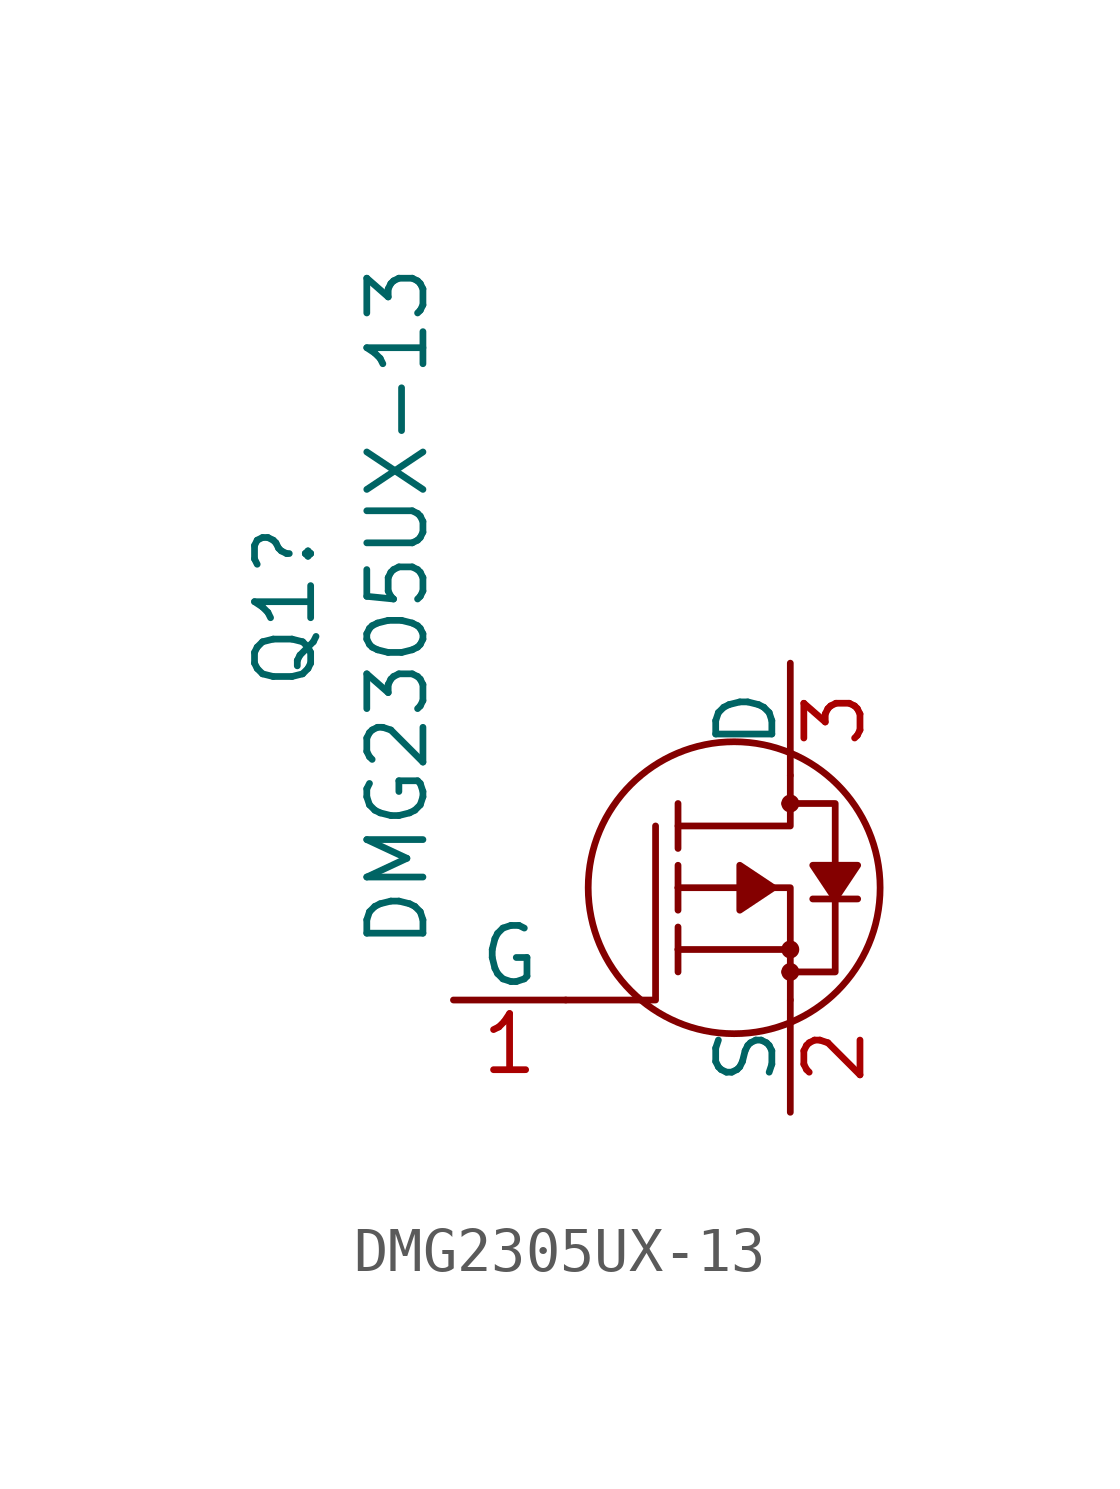
<source format=kicad_sym>
(kicad_symbol_lib
  (version 20241209)
  (generator "kicad_symbol_editor")
  (generator_version "9.0")
  (symbol "DMG2305UX-13"
    (pin_names
      (offset 0))
    (property "Reference" "Q1"
      (at -11.43 6.35 90)
      (effects (font (size 1.27 1.27))))
    (property "Value" "DMG2305UX-13"
      (at -8.89 6.35 90)
      (effects (font (size 1.27 1.27))))
    (symbol "DMG2305UX-13_0_1"
      (polyline (pts (xy -5.08 -2.54) (xy -3.048 -2.54) (xy -3.048 1.397)) (stroke (width 0) (type default)) (fill (type none)))
      (circle (center -1.27 0) (radius 3.302) (stroke (width 0) (type default)) (fill (type none)))
      (polyline (pts (xy -0.127 -1.905) (xy 1.016 -1.905) (xy 1.016 1.397) (xy 1.016 1.905) (xy -0.127 1.905)) (stroke (width 0) (type default)) (fill (type none)))
      (polyline (pts (xy 0 2.54) (xy 0 1.397) (xy -2.54 1.397)) (stroke (width 0) (type default)) (fill (type none)))
      (circle (center 0 1.905) (radius 0.127) (stroke (width 0) (type default)) (fill (type none)))
      (polyline (pts (xy 0 -1.397) (xy -2.54 -1.397)) (stroke (width 0) (type default)) (fill (type none)))
      (circle (center 0 -1.397) (radius 0.127) (stroke (width 0) (type default)) (fill (type none)))
      (circle (center 0 -1.905) (radius 0.127) (stroke (width 0) (type default)) (fill (type none)))
      (polyline (pts (xy 0 -2.54) (xy 0 0) (xy -2.54 0)) (stroke (width 0) (type default)) (fill (type none))))
    (symbol "DMG2305UX-13_1_1"
      (polyline (pts (xy -2.54 1.905) (xy -2.54 0.889)) (stroke (width 0) (type default)) (fill (type none)))
      (polyline (pts (xy -2.54 0) (xy -2.54 0.508)) (stroke (width 0) (type default)) (fill (type none)))
      (polyline (pts (xy -2.54 0) (xy -2.54 -0.508)) (stroke (width 0) (type default)) (fill (type none)))
      (polyline (pts (xy -2.54 -1.397) (xy -2.54 -0.889)) (stroke (width 0) (type default)) (fill (type none)))
      (polyline (pts (xy -2.54 -1.397) (xy -2.54 -1.905)) (stroke (width 0) (type default)) (fill (type none)))
      (polyline (pts (xy -0.381 0) (xy -1.143 0.508) (xy -1.143 -0.508) (xy -0.381 0)) (stroke (width 0) (type default)) (fill (type outline)))
      (polyline (pts (xy 1.016 -0.254) (xy 1.524 0.508) (xy 0.508 0.508) (xy 1.016 -0.254)) (stroke (width 0) (type default)) (fill (type outline)))
      (polyline (pts (xy 1.524 -0.254) (xy 0.508 -0.254)) (stroke (width 0) (type default)) (fill (type none)))
      (pin bidirectional line (at -7.62 -2.54 0) (length 2.54) (name "G" (effects (font (size 1.27 1.27)))) (number "1" (effects (font (size 1.27 1.27)))))
      (pin bidirectional line (at 0 5.08 270) (length 2.54) (name "D" (effects (font (size 1.27 1.27)))) (number "3" (effects (font (size 1.27 1.27)))))
      (pin bidirectional line (at 0 -5.08 90) (length 2.54) (name "S" (effects (font (size 1.27 1.27)))) (number "2" (effects (font (size 1.27 1.27))))))))
</source>
